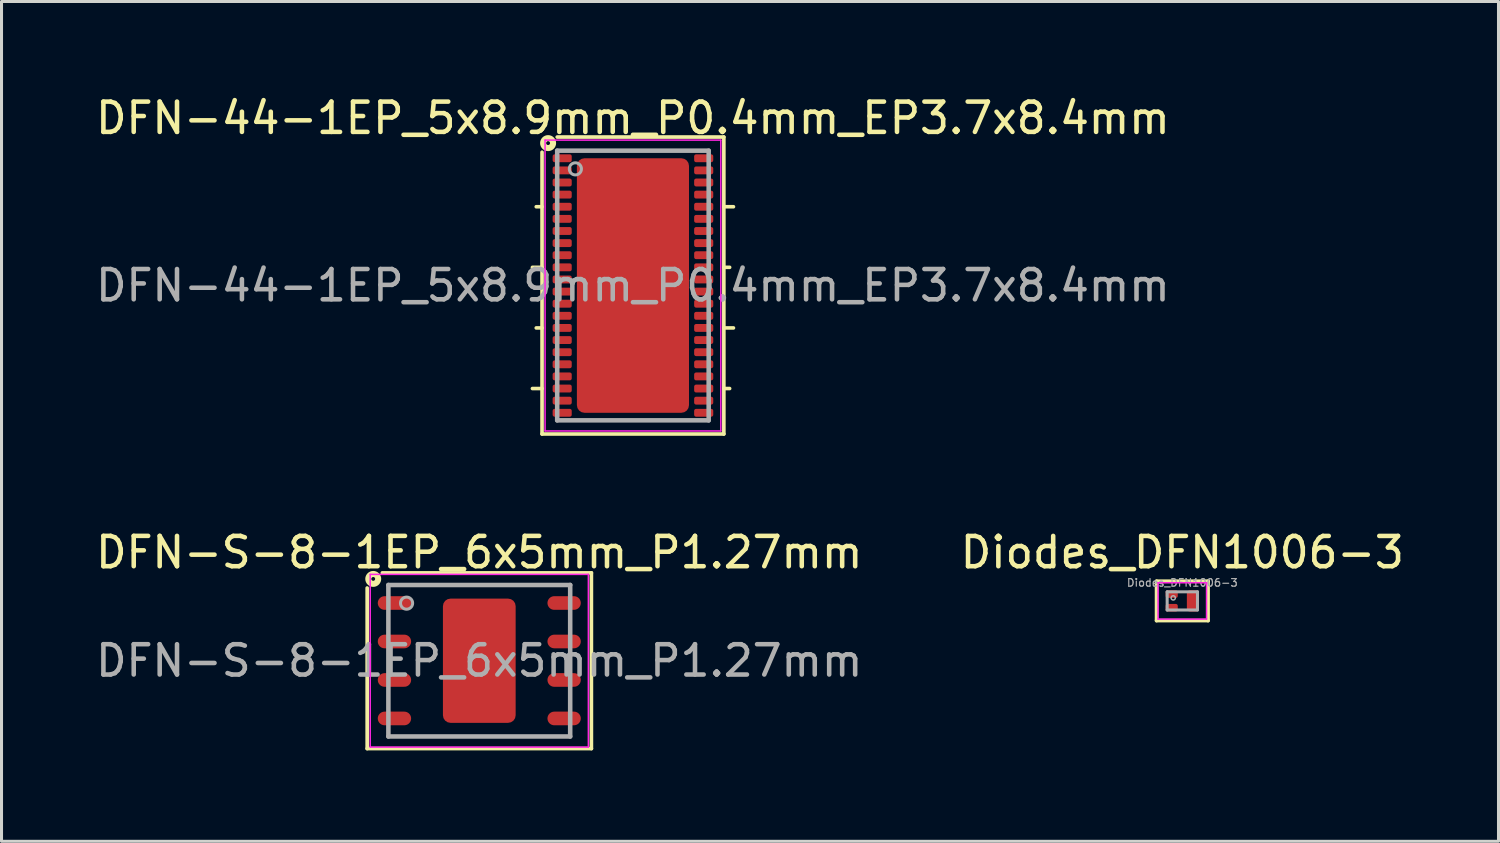
<source format=kicad_pcb>
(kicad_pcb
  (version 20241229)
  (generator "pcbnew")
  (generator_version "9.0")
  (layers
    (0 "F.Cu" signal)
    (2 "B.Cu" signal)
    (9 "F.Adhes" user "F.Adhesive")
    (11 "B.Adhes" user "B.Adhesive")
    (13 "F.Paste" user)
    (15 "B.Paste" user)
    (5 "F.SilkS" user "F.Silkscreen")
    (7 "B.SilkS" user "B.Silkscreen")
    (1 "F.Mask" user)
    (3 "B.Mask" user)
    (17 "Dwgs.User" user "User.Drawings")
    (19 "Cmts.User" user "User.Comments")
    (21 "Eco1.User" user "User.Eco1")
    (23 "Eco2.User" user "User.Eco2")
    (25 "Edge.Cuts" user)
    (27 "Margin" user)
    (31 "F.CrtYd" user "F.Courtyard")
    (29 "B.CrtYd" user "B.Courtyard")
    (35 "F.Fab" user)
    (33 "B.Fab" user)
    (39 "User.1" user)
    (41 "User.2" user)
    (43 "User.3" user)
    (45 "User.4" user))
  (footprint "DFN-S-8-1EP_6x5mm_P1.27mm"
    (layer "F.Cu")
    (at 12.768 18.756)
    (property "Reference" "DFN-S-8-1EP_6x5mm_P1.27mm" (at 0 -3.575 0) (layer "F.SilkS") (effects (font (size 1 1) (thickness 0.15))))
    (attr smd)
    (fp_line (start -3.7 2.9) (end -3.7 -2.4) (stroke (width 0.12) (type solid)) (layer "F.SilkS"))
    (fp_line (start -3.2 -2.9) (end 3.7 -2.9) (stroke (width 0.12) (type solid)) (layer "F.SilkS"))
    (fp_line (start 3.7 -2.9) (end 3.7 2.9) (stroke (width 0.12) (type solid)) (layer "F.SilkS"))
    (fp_line (start 3.7 2.9) (end -3.7 2.9) (stroke (width 0.12) (type solid)) (layer "F.SilkS"))
    (fp_circle (center -3.5 -2.7) (end -3.437 -2.7) (stroke (width 0.2) (type solid)) (fill no) (layer "F.SilkS"))
    (fp_line (start -3.6 -2.85) (end -3.6 2.85) (stroke (width 0.05) (type solid)) (layer "F.CrtYd"))
    (fp_line (start -3.6 -2.85) (end 3.6 -2.85) (stroke (width 0.05) (type solid)) (layer "F.CrtYd"))
    (fp_line (start -3.6 2.85) (end 3.6 2.85) (stroke (width 0.05) (type solid)) (layer "F.CrtYd"))
    (fp_line (start 3.6 -2.85) (end 3.6 2.85) (stroke (width 0.05) (type solid)) (layer "F.CrtYd"))
    (fp_line (start -3 -2.5) (end 3 -2.5) (stroke (width 0.15) (type solid)) (layer "F.Fab"))
    (fp_line (start -3 2.5) (end -3 -2.5) (stroke (width 0.15) (type solid)) (layer "F.Fab"))
    (fp_line (start 3 -2.5) (end 3 2.5) (stroke (width 0.15) (type solid)) (layer "F.Fab"))
    (fp_line (start 3 2.5) (end -3 2.5) (stroke (width 0.15) (type solid)) (layer "F.Fab"))
    (fp_circle (center -2.4 -1.9) (end -2.2 -1.9) (stroke (width 0.1) (type solid)) (fill no) (layer "F.Fab"))
    (fp_text user "${REFERENCE}" (at 0 0 0) (layer "F.Fab") (effects (font (size 1 1) (thickness 0.15))))
    (pad "" smd roundrect (at -0.6 -1.5) (size 0.9 0.7) (layers "F.Paste") (roundrect_rratio 0.104))
    (pad "" smd roundrect (at -0.6 -0.5) (size 0.9 0.7) (layers "F.Paste") (roundrect_rratio 0.104))
    (pad "" smd roundrect (at -0.6 0.5) (size 0.9 0.7) (layers "F.Paste") (roundrect_rratio 0.104))
    (pad "" smd roundrect (at -0.6 1.5) (size 0.9 0.7) (layers "F.Paste") (roundrect_rratio 0.104))
    (pad "" smd roundrect (at 0.6 -1.5) (size 0.9 0.7) (layers "F.Paste") (roundrect_rratio 0.104))
    (pad "" smd roundrect (at 0.6 -0.5) (size 0.9 0.7) (layers "F.Paste") (roundrect_rratio 0.104))
    (pad "" smd roundrect (at 0.6 0.5) (size 0.9 0.7) (layers "F.Paste") (roundrect_rratio 0.104))
    (pad "" smd roundrect (at 0.6 1.5) (size 0.9 0.7) (layers "F.Paste") (roundrect_rratio 0.104))
    (pad "1" smd oval (at -2.8 -1.905) (size 1.1 0.45) (layers "F.Cu" "F.Mask" "F.Paste"))
    (pad "2" smd oval (at -2.8 -0.635) (size 1.1 0.45) (layers "F.Cu" "F.Mask" "F.Paste"))
    (pad "3" smd oval (at -2.8 0.635) (size 1.1 0.45) (layers "F.Cu" "F.Mask" "F.Paste"))
    (pad "4" smd oval (at -2.8 1.905) (size 1.1 0.45) (layers "F.Cu" "F.Mask" "F.Paste"))
    (pad "5" smd oval (at 2.8 1.905) (size 1.1 0.45) (layers "F.Cu" "F.Mask" "F.Paste"))
    (pad "6" smd oval (at 2.8 0.635) (size 1.1 0.45) (layers "F.Cu" "F.Mask" "F.Paste"))
    (pad "7" smd oval (at 2.8 -0.635) (size 1.1 0.45) (layers "F.Cu" "F.Mask" "F.Paste"))
    (pad "8" smd oval (at 2.8 -1.905) (size 1.1 0.45) (layers "F.Cu" "F.Mask" "F.Paste"))
    (pad "9" smd roundrect (at 0 0) (size 2.4 4.1) (layers "F.Cu" "F.Mask") (roundrect_rratio 0.104)))
  (footprint "DFN-44-1EP_5x8.9mm_P0.4mm_EP3.7x8.4mm"
    (layer "F.Cu")
    (at 17.839 6.373)
    (property "Reference" "DFN-44-1EP_5x8.9mm_P0.4mm_EP3.7x8.4mm" (at 0 -5.525 0) (layer "F.SilkS") (effects (font (size 1 1) (thickness 0.15))))
    (attr smd)
    (fp_line (start -3 -2.6) (end -3.191 -2.6) (stroke (width 0.12) (type solid)) (layer "F.SilkS"))
    (fp_line (start -3 -0.6) (end -3.317 -0.6) (stroke (width 0.12) (type solid)) (layer "F.SilkS"))
    (fp_line (start -3 1.4) (end -3.191 1.4) (stroke (width 0.12) (type solid)) (layer "F.SilkS"))
    (fp_line (start -3 3.4) (end -3.317 3.4) (stroke (width 0.12) (type solid)) (layer "F.SilkS"))
    (fp_line (start -3 4.9) (end -3 -4.4) (stroke (width 0.12) (type solid)) (layer "F.SilkS"))
    (fp_line (start -2.5 -4.9) (end 3 -4.9) (stroke (width 0.12) (type solid)) (layer "F.SilkS"))
    (fp_line (start 3 -4.9) (end 3 4.9) (stroke (width 0.12) (type solid)) (layer "F.SilkS"))
    (fp_line (start 3 -2.6) (end 3.317 -2.6) (stroke (width 0.12) (type solid)) (layer "F.SilkS"))
    (fp_line (start 3 -0.6) (end 3.191 -0.6) (stroke (width 0.12) (type solid)) (layer "F.SilkS"))
    (fp_line (start 3 1.4) (end 3.317 1.4) (stroke (width 0.12) (type solid)) (layer "F.SilkS"))
    (fp_line (start 3 3.4) (end 3.191 3.4) (stroke (width 0.12) (type solid)) (layer "F.SilkS"))
    (fp_line (start 3 4.9) (end -3 4.9) (stroke (width 0.12) (type solid)) (layer "F.SilkS"))
    (fp_circle (center -2.8 -4.7) (end -2.736 -4.7) (stroke (width 0.2) (type solid)) (fill no) (layer "F.SilkS"))
    (fp_line (start -2.9 -4.8) (end -2.9 4.8) (stroke (width 0.05) (type solid)) (layer "F.CrtYd"))
    (fp_line (start -2.9 -4.8) (end 2.9 -4.8) (stroke (width 0.05) (type solid)) (layer "F.CrtYd"))
    (fp_line (start -2.9 4.8) (end 2.9 4.8) (stroke (width 0.05) (type solid)) (layer "F.CrtYd"))
    (fp_line (start 2.9 -4.8) (end 2.9 4.8) (stroke (width 0.05) (type solid)) (layer "F.CrtYd"))
    (fp_line (start -2.5 -4.45) (end 2.5 -4.45) (stroke (width 0.15) (type solid)) (layer "F.Fab"))
    (fp_line (start -2.5 4.45) (end -2.5 -4.45) (stroke (width 0.15) (type solid)) (layer "F.Fab"))
    (fp_line (start 2.5 -4.45) (end 2.5 4.45) (stroke (width 0.15) (type solid)) (layer "F.Fab"))
    (fp_line (start 2.5 4.45) (end -2.5 4.45) (stroke (width 0.15) (type solid)) (layer "F.Fab"))
    (fp_circle (center -1.9 -3.85) (end -1.7 -3.85) (stroke (width 0.1) (type solid)) (fill no) (layer "F.Fab"))
    (fp_text user "${REFERENCE}" (at 0 0 0) (layer "F.Fab") (effects (font (size 1 1) (thickness 0.15))))
    (pad "" smd roundrect (at -1.2 -3.5) (size 0.98 1.15) (layers "F.Paste") (roundrect_rratio 0.25))
    (pad "" smd roundrect (at -1.2 -2.1) (size 0.98 1.15) (layers "F.Paste") (roundrect_rratio 0.25))
    (pad "" smd roundrect (at -1.2 -0.7) (size 0.98 1.15) (layers "F.Paste") (roundrect_rratio 0.25))
    (pad "" smd roundrect (at -1.2 0.7) (size 0.98 1.15) (layers "F.Paste") (roundrect_rratio 0.25))
    (pad "" smd roundrect (at -1.2 2.1) (size 0.98 1.15) (layers "F.Paste") (roundrect_rratio 0.25))
    (pad "" smd roundrect (at -1.2 3.5) (size 0.98 1.15) (layers "F.Paste") (roundrect_rratio 0.25))
    (pad "" smd roundrect (at 0 -3.5) (size 0.98 1.15) (layers "F.Paste") (roundrect_rratio 0.25))
    (pad "" smd roundrect (at 0 -2.1) (size 0.98 1.15) (layers "F.Paste") (roundrect_rratio 0.25))
    (pad "" smd roundrect (at 0 -0.7) (size 0.98 1.15) (layers "F.Paste") (roundrect_rratio 0.25))
    (pad "" smd roundrect (at 0 0.7) (size 0.98 1.15) (layers "F.Paste") (roundrect_rratio 0.25))
    (pad "" smd roundrect (at 0 2.1) (size 0.98 1.15) (layers "F.Paste") (roundrect_rratio 0.25))
    (pad "" smd roundrect (at 0 3.5) (size 0.98 1.15) (layers "F.Paste") (roundrect_rratio 0.25))
    (pad "" smd roundrect (at 1.2 -3.5) (size 0.98 1.15) (layers "F.Paste") (roundrect_rratio 0.25))
    (pad "" smd roundrect (at 1.2 -2.1) (size 0.98 1.15) (layers "F.Paste") (roundrect_rratio 0.25))
    (pad "" smd roundrect (at 1.2 -0.7) (size 0.98 1.15) (layers "F.Paste") (roundrect_rratio 0.25))
    (pad "" smd roundrect (at 1.2 0.7) (size 0.98 1.15) (layers "F.Paste") (roundrect_rratio 0.25))
    (pad "" smd roundrect (at 1.2 2.1) (size 0.98 1.15) (layers "F.Paste") (roundrect_rratio 0.25))
    (pad "" smd roundrect (at 1.2 3.5) (size 0.98 1.15) (layers "F.Paste") (roundrect_rratio 0.25))
    (pad "1" smd roundrect (at -2.335 -4.2) (size 0.63 0.26) (layers "F.Cu" "F.Mask" "F.Paste") (roundrect_rratio 0.25))
    (pad "2" smd roundrect (at -2.335 -3.8) (size 0.63 0.26) (layers "F.Cu" "F.Mask" "F.Paste") (roundrect_rratio 0.25))
    (pad "3" smd roundrect (at -2.335 -3.4) (size 0.63 0.26) (layers "F.Cu" "F.Mask" "F.Paste") (roundrect_rratio 0.25))
    (pad "4" smd roundrect (at -2.335 -3) (size 0.63 0.26) (layers "F.Cu" "F.Mask" "F.Paste") (roundrect_rratio 0.25))
    (pad "5" smd roundrect (at -2.335 -2.6) (size 0.63 0.26) (layers "F.Cu" "F.Mask" "F.Paste") (roundrect_rratio 0.25))
    (pad "6" smd roundrect (at -2.335 -2.2) (size 0.63 0.26) (layers "F.Cu" "F.Mask" "F.Paste") (roundrect_rratio 0.25))
    (pad "7" smd roundrect (at -2.335 -1.8) (size 0.63 0.26) (layers "F.Cu" "F.Mask" "F.Paste") (roundrect_rratio 0.25))
    (pad "8" smd roundrect (at -2.335 -1.4) (size 0.63 0.26) (layers "F.Cu" "F.Mask" "F.Paste") (roundrect_rratio 0.25))
    (pad "9" smd roundrect (at -2.335 -1) (size 0.63 0.26) (layers "F.Cu" "F.Mask" "F.Paste") (roundrect_rratio 0.25))
    (pad "10" smd roundrect (at -2.335 -0.6) (size 0.63 0.26) (layers "F.Cu" "F.Mask" "F.Paste") (roundrect_rratio 0.25))
    (pad "11" smd roundrect (at -2.335 -0.2) (size 0.63 0.26) (layers "F.Cu" "F.Mask" "F.Paste") (roundrect_rratio 0.25))
    (pad "12" smd roundrect (at -2.335 0.2) (size 0.63 0.26) (layers "F.Cu" "F.Mask" "F.Paste") (roundrect_rratio 0.25))
    (pad "13" smd roundrect (at -2.335 0.6) (size 0.63 0.26) (layers "F.Cu" "F.Mask" "F.Paste") (roundrect_rratio 0.25))
    (pad "14" smd roundrect (at -2.335 1) (size 0.63 0.26) (layers "F.Cu" "F.Mask" "F.Paste") (roundrect_rratio 0.25))
    (pad "15" smd roundrect (at -2.335 1.4) (size 0.63 0.26) (layers "F.Cu" "F.Mask" "F.Paste") (roundrect_rratio 0.25))
    (pad "16" smd roundrect (at -2.335 1.8) (size 0.63 0.26) (layers "F.Cu" "F.Mask" "F.Paste") (roundrect_rratio 0.25))
    (pad "17" smd roundrect (at -2.335 2.2) (size 0.63 0.26) (layers "F.Cu" "F.Mask" "F.Paste") (roundrect_rratio 0.25))
    (pad "18" smd roundrect (at -2.335 2.6) (size 0.63 0.26) (layers "F.Cu" "F.Mask" "F.Paste") (roundrect_rratio 0.25))
    (pad "19" smd roundrect (at -2.335 3) (size 0.63 0.26) (layers "F.Cu" "F.Mask" "F.Paste") (roundrect_rratio 0.25))
    (pad "20" smd roundrect (at -2.335 3.4) (size 0.63 0.26) (layers "F.Cu" "F.Mask" "F.Paste") (roundrect_rratio 0.25))
    (pad "21" smd roundrect (at -2.335 3.8) (size 0.63 0.26) (layers "F.Cu" "F.Mask" "F.Paste") (roundrect_rratio 0.25))
    (pad "22" smd roundrect (at -2.335 4.2) (size 0.63 0.26) (layers "F.Cu" "F.Mask" "F.Paste") (roundrect_rratio 0.25))
    (pad "23" smd roundrect (at 2.335 4.2) (size 0.63 0.26) (layers "F.Cu" "F.Mask" "F.Paste") (roundrect_rratio 0.25))
    (pad "24" smd roundrect (at 2.335 3.8) (size 0.63 0.26) (layers "F.Cu" "F.Mask" "F.Paste") (roundrect_rratio 0.25))
    (pad "25" smd roundrect (at 2.335 3.4) (size 0.63 0.26) (layers "F.Cu" "F.Mask" "F.Paste") (roundrect_rratio 0.25))
    (pad "26" smd roundrect (at 2.335 3) (size 0.63 0.26) (layers "F.Cu" "F.Mask" "F.Paste") (roundrect_rratio 0.25))
    (pad "27" smd roundrect (at 2.335 2.6) (size 0.63 0.26) (layers "F.Cu" "F.Mask" "F.Paste") (roundrect_rratio 0.25))
    (pad "28" smd roundrect (at 2.335 2.2) (size 0.63 0.26) (layers "F.Cu" "F.Mask" "F.Paste") (roundrect_rratio 0.25))
    (pad "29" smd roundrect (at 2.335 1.8) (size 0.63 0.26) (layers "F.Cu" "F.Mask" "F.Paste") (roundrect_rratio 0.25))
    (pad "30" smd roundrect (at 2.335 1.4) (size 0.63 0.26) (layers "F.Cu" "F.Mask" "F.Paste") (roundrect_rratio 0.25))
    (pad "31" smd roundrect (at 2.335 1) (size 0.63 0.26) (layers "F.Cu" "F.Mask" "F.Paste") (roundrect_rratio 0.25))
    (pad "32" smd roundrect (at 2.335 0.6) (size 0.63 0.26) (layers "F.Cu" "F.Mask" "F.Paste") (roundrect_rratio 0.25))
    (pad "33" smd roundrect (at 2.335 0.2) (size 0.63 0.26) (layers "F.Cu" "F.Mask" "F.Paste") (roundrect_rratio 0.25))
    (pad "34" smd roundrect (at 2.335 -0.2) (size 0.63 0.26) (layers "F.Cu" "F.Mask" "F.Paste") (roundrect_rratio 0.25))
    (pad "35" smd roundrect (at 2.335 -0.6) (size 0.63 0.26) (layers "F.Cu" "F.Mask" "F.Paste") (roundrect_rratio 0.25))
    (pad "36" smd roundrect (at 2.335 -1) (size 0.63 0.26) (layers "F.Cu" "F.Mask" "F.Paste") (roundrect_rratio 0.25))
    (pad "37" smd roundrect (at 2.335 -1.4) (size 0.63 0.26) (layers "F.Cu" "F.Mask" "F.Paste") (roundrect_rratio 0.25))
    (pad "38" smd roundrect (at 2.335 -1.8) (size 0.63 0.26) (layers "F.Cu" "F.Mask" "F.Paste") (roundrect_rratio 0.25))
    (pad "39" smd roundrect (at 2.335 -2.2) (size 0.63 0.26) (layers "F.Cu" "F.Mask" "F.Paste") (roundrect_rratio 0.25))
    (pad "40" smd roundrect (at 2.335 -2.6) (size 0.63 0.26) (layers "F.Cu" "F.Mask" "F.Paste") (roundrect_rratio 0.25))
    (pad "41" smd roundrect (at 2.335 -3) (size 0.63 0.26) (layers "F.Cu" "F.Mask" "F.Paste") (roundrect_rratio 0.25))
    (pad "42" smd roundrect (at 2.335 -3.4) (size 0.63 0.26) (layers "F.Cu" "F.Mask" "F.Paste") (roundrect_rratio 0.25))
    (pad "43" smd roundrect (at 2.335 -3.8) (size 0.63 0.26) (layers "F.Cu" "F.Mask" "F.Paste") (roundrect_rratio 0.25))
    (pad "44" smd roundrect (at 2.335 -4.2) (size 0.63 0.26) (layers "F.Cu" "F.Mask" "F.Paste") (roundrect_rratio 0.25))
    (pad "45" smd roundrect (at 0 0) (size 3.7 8.4) (layers "F.Cu" "F.Mask") (roundrect_rratio 0.068)))
  (footprint "Diodes_DFN1006-3"
    (layer "F.Cu")
    (at 35.97 16.782)
    (property "Reference" "Diodes_DFN1006-3" (at 0 -1.6 0) (layer "F.SilkS") (effects (font (size 1 1) (thickness 0.15))))
    (attr smd)
    (fp_line (start -0.85 -0.65) (end 0.85 -0.65) (stroke (width 0.12) (type solid)) (layer "F.SilkS"))
    (fp_line (start -0.85 0.65) (end -0.85 -0.65) (stroke (width 0.12) (type solid)) (layer "F.SilkS"))
    (fp_line (start 0.85 -0.65) (end 0.85 0.65) (stroke (width 0.12) (type solid)) (layer "F.SilkS"))
    (fp_line (start 0.85 0.65) (end -0.85 0.65) (stroke (width 0.12) (type solid)) (layer "F.SilkS"))
    (fp_line (start -0.8 -0.6) (end 0.8 -0.6) (stroke (width 0.05) (type solid)) (layer "F.CrtYd"))
    (fp_line (start -0.8 0.6) (end -0.8 -0.6) (stroke (width 0.05) (type solid)) (layer "F.CrtYd"))
    (fp_line (start 0.8 -0.6) (end 0.8 0.6) (stroke (width 0.05) (type solid)) (layer "F.CrtYd"))
    (fp_line (start 0.8 0.6) (end -0.8 0.6) (stroke (width 0.05) (type solid)) (layer "F.CrtYd"))
    (fp_line (start -0.5 -0.3) (end 0.5 -0.3) (stroke (width 0.1) (type solid)) (layer "F.Fab"))
    (fp_line (start -0.5 0.3) (end -0.5 -0.3) (stroke (width 0.1) (type solid)) (layer "F.Fab"))
    (fp_line (start 0.5 -0.3) (end 0.5 0.3) (stroke (width 0.1) (type solid)) (layer "F.Fab"))
    (fp_line (start 0.5 0.3) (end -0.5 0.3) (stroke (width 0.1) (type solid)) (layer "F.Fab"))
    (fp_circle (center -0.3 -0.1) (end -0.25 -0.15) (stroke (width 0.05) (type solid)) (fill no) (layer "F.Fab"))
    (fp_text user "${REFERENCE}" (at 0 -0.6 0) (layer "F.Fab") (effects (font (size 0.25 0.25) (thickness 0.04))))
    (pad "1" smd roundrect (at -0.35 -0.225 270) (size 0.25 0.4) (layers "F.Cu" "F.Mask" "F.Paste") (roundrect_rratio 0.25))
    (pad "2" smd roundrect (at -0.35 0.225 270) (size 0.25 0.4) (layers "F.Cu" "F.Mask" "F.Paste") (roundrect_rratio 0.25))
    (pad "3" smd roundrect (at 0.35 0 270) (size 0.7 0.4) (layers "F.Cu" "F.Mask" "F.Paste") (roundrect_rratio 0.25)))
  (gr_rect
    (start -3 -3)
    (end 46.405 24.716)
    (stroke (width 0.1) (type default))
    (fill no)
    (layer "Edge.Cuts")))
</source>
